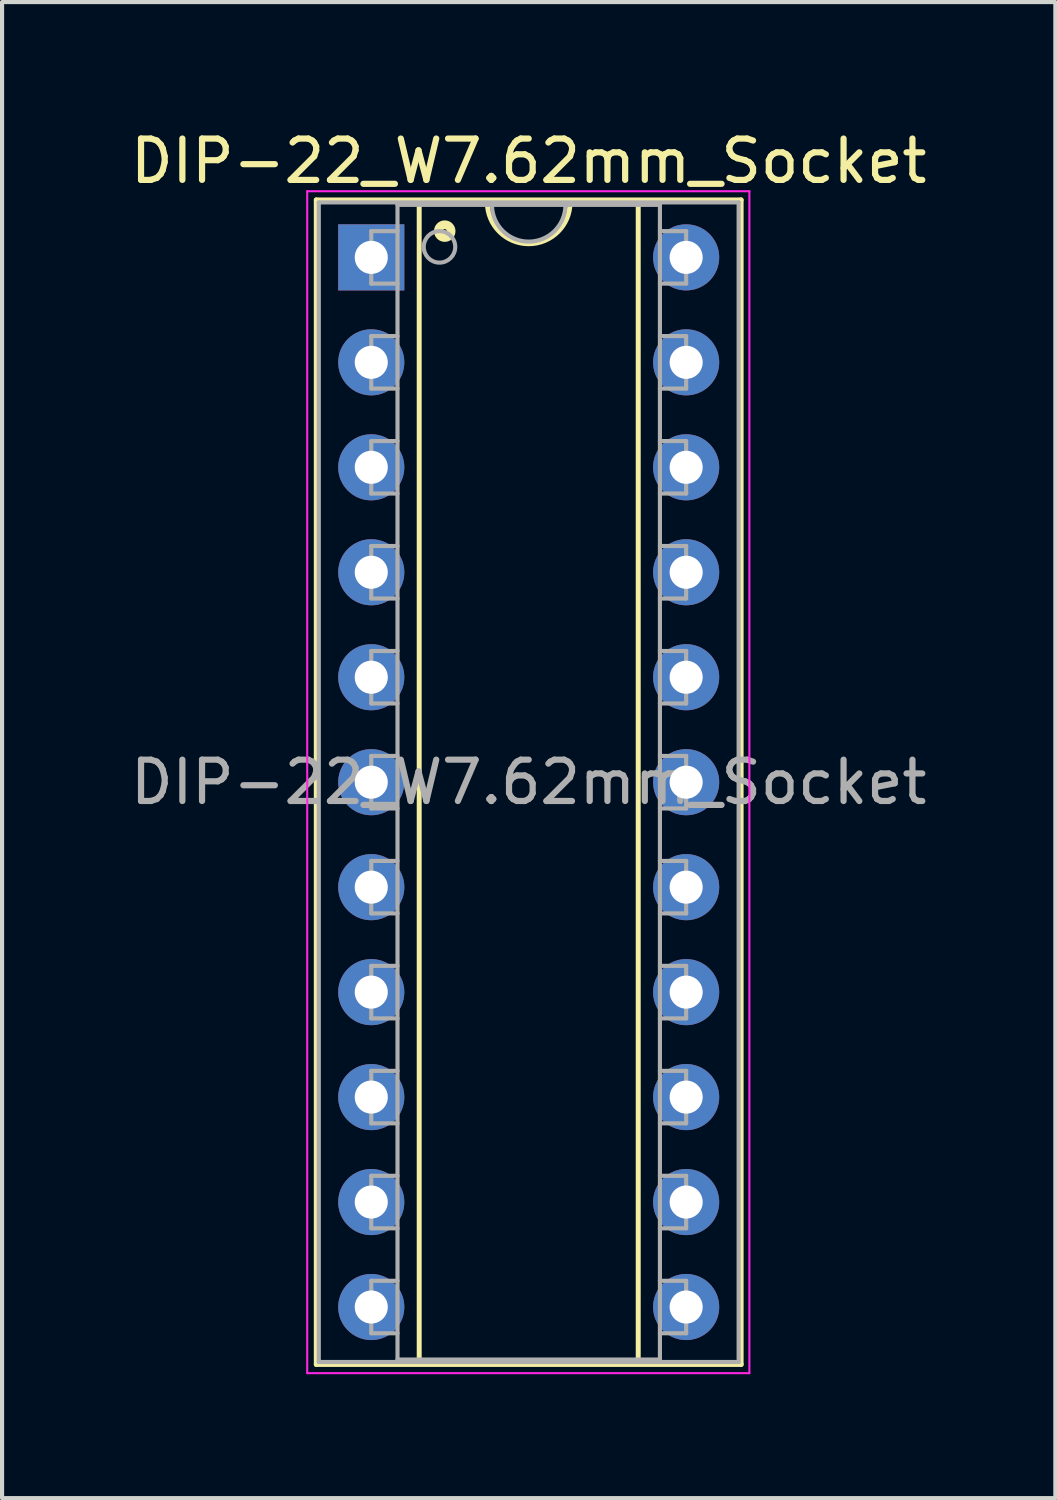
<source format=kicad_pcb>
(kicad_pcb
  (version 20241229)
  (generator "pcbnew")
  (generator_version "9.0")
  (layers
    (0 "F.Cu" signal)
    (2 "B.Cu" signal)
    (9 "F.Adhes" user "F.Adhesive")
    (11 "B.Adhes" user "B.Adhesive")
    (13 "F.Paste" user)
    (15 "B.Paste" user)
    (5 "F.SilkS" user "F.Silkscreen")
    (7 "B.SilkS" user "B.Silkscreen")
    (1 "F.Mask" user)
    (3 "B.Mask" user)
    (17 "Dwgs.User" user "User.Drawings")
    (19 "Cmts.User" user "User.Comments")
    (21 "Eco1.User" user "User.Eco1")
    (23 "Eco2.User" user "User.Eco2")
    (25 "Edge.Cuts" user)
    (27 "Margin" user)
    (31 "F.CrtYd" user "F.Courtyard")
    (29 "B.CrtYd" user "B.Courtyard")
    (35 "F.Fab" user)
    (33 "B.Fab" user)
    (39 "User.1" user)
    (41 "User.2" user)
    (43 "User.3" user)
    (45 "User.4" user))
  (footprint "DIP-22_W7.62mm_Socket"
    (layer "F.Cu")
    (at 5.934 3.178)
    (property "Reference" "DIP-22_W7.62mm_Socket" (at 3.81 -2.33 0) (layer "F.SilkS") (effects (font (size 1 1) (thickness 0.15))))
    (attr through_hole)
    (fp_line (start -1.33 -1.39) (end -1.33 26.79) (stroke (width 0.12) (type solid)) (layer "F.SilkS"))
    (fp_line (start -1.33 26.79) (end 8.95 26.79) (stroke (width 0.12) (type solid)) (layer "F.SilkS"))
    (fp_line (start 1.16 -1.33) (end 1.16 26.73) (stroke (width 0.12) (type solid)) (layer "F.SilkS"))
    (fp_line (start 1.16 26.73) (end 6.46 26.73) (stroke (width 0.12) (type solid)) (layer "F.SilkS"))
    (fp_line (start 2.81 -1.33) (end 1.16 -1.33) (stroke (width 0.12) (type solid)) (layer "F.SilkS"))
    (fp_line (start 6.46 -1.33) (end 4.81 -1.33) (stroke (width 0.12) (type solid)) (layer "F.SilkS"))
    (fp_line (start 6.46 26.73) (end 6.46 -1.33) (stroke (width 0.12) (type solid)) (layer "F.SilkS"))
    (fp_line (start 8.95 -1.39) (end -1.33 -1.39) (stroke (width 0.12) (type solid)) (layer "F.SilkS"))
    (fp_line (start 8.95 26.79) (end 8.95 -1.39) (stroke (width 0.12) (type solid)) (layer "F.SilkS"))
    (fp_arc (start 4.81 -1.33) (mid 3.81 -0.33) (end 2.81 -1.33) (stroke (width 0.12) (type solid)) (layer "F.SilkS"))
    (fp_circle (center 1.778 -0.635) (end 1.828 -0.635) (stroke (width 0.12) (type solid)) (fill no) (layer "F.SilkS"))
    (fp_circle (center 1.778 -0.635) (end 1.903 -0.635) (stroke (width 0.12) (type solid)) (fill no) (layer "F.SilkS"))
    (fp_circle (center 1.778 -0.635) (end 1.978 -0.635) (stroke (width 0.12) (type solid)) (fill no) (layer "F.SilkS"))
    (fp_line (start -1.55 -1.6) (end -1.55 27) (stroke (width 0.05) (type solid)) (layer "F.CrtYd"))
    (fp_line (start -1.55 27) (end 9.15 27) (stroke (width 0.05) (type solid)) (layer "F.CrtYd"))
    (fp_line (start 9.15 -1.6) (end -1.55 -1.6) (stroke (width 0.05) (type solid)) (layer "F.CrtYd"))
    (fp_line (start 9.15 27) (end 9.15 -1.6) (stroke (width 0.05) (type solid)) (layer "F.CrtYd"))
    (fp_line (start -1.27 -1.33) (end -1.27 26.73) (stroke (width 0.1) (type solid)) (layer "F.Fab"))
    (fp_line (start -1.27 26.73) (end 8.89 26.73) (stroke (width 0.1) (type solid)) (layer "F.Fab"))
    (fp_line (start 0 -0.635) (end 0 0.635) (stroke (width 0.1) (type solid)) (layer "F.Fab"))
    (fp_line (start 0 -0.635) (end 0.635 -0.635) (stroke (width 0.1) (type solid)) (layer "F.Fab"))
    (fp_line (start 0 0.635) (end 0.635 0.635) (stroke (width 0.1) (type solid)) (layer "F.Fab"))
    (fp_line (start 0 1.905) (end 0 3.175) (stroke (width 0.1) (type solid)) (layer "F.Fab"))
    (fp_line (start 0 1.905) (end 0.635 1.905) (stroke (width 0.1) (type solid)) (layer "F.Fab"))
    (fp_line (start 0 3.175) (end 0.635 3.175) (stroke (width 0.1) (type solid)) (layer "F.Fab"))
    (fp_line (start 0 4.445) (end 0 5.715) (stroke (width 0.1) (type solid)) (layer "F.Fab"))
    (fp_line (start 0 4.445) (end 0.635 4.445) (stroke (width 0.1) (type solid)) (layer "F.Fab"))
    (fp_line (start 0 5.715) (end 0.635 5.715) (stroke (width 0.1) (type solid)) (layer "F.Fab"))
    (fp_line (start 0 6.985) (end 0 8.255) (stroke (width 0.1) (type solid)) (layer "F.Fab"))
    (fp_line (start 0 6.985) (end 0.635 6.985) (stroke (width 0.1) (type solid)) (layer "F.Fab"))
    (fp_line (start 0 8.255) (end 0.635 8.255) (stroke (width 0.1) (type solid)) (layer "F.Fab"))
    (fp_line (start 0 9.525) (end 0 10.795) (stroke (width 0.1) (type solid)) (layer "F.Fab"))
    (fp_line (start 0 9.525) (end 0.635 9.525) (stroke (width 0.1) (type solid)) (layer "F.Fab"))
    (fp_line (start 0 10.795) (end 0.635 10.795) (stroke (width 0.1) (type solid)) (layer "F.Fab"))
    (fp_line (start 0 12.065) (end 0 13.335) (stroke (width 0.1) (type solid)) (layer "F.Fab"))
    (fp_line (start 0 12.065) (end 0.635 12.065) (stroke (width 0.1) (type solid)) (layer "F.Fab"))
    (fp_line (start 0 13.335) (end 0.635 13.335) (stroke (width 0.1) (type solid)) (layer "F.Fab"))
    (fp_line (start 0 14.605) (end 0 15.875) (stroke (width 0.1) (type solid)) (layer "F.Fab"))
    (fp_line (start 0 14.605) (end 0.635 14.605) (stroke (width 0.1) (type solid)) (layer "F.Fab"))
    (fp_line (start 0 15.875) (end 0.635 15.875) (stroke (width 0.1) (type solid)) (layer "F.Fab"))
    (fp_line (start 0 17.145) (end 0 18.415) (stroke (width 0.1) (type solid)) (layer "F.Fab"))
    (fp_line (start 0 17.145) (end 0.635 17.145) (stroke (width 0.1) (type solid)) (layer "F.Fab"))
    (fp_line (start 0 18.415) (end 0.635 18.415) (stroke (width 0.1) (type solid)) (layer "F.Fab"))
    (fp_line (start 0 19.685) (end 0 20.955) (stroke (width 0.1) (type solid)) (layer "F.Fab"))
    (fp_line (start 0 19.685) (end 0.635 19.685) (stroke (width 0.1) (type solid)) (layer "F.Fab"))
    (fp_line (start 0 20.955) (end 0.635 20.955) (stroke (width 0.1) (type solid)) (layer "F.Fab"))
    (fp_line (start 0 22.225) (end 0 23.495) (stroke (width 0.1) (type solid)) (layer "F.Fab"))
    (fp_line (start 0 22.225) (end 0.635 22.225) (stroke (width 0.1) (type solid)) (layer "F.Fab"))
    (fp_line (start 0 23.495) (end 0.635 23.495) (stroke (width 0.1) (type solid)) (layer "F.Fab"))
    (fp_line (start 0 24.765) (end 0 26.035) (stroke (width 0.1) (type solid)) (layer "F.Fab"))
    (fp_line (start 0 24.765) (end 0.635 24.765) (stroke (width 0.1) (type solid)) (layer "F.Fab"))
    (fp_line (start 0 26.035) (end 0.635 26.035) (stroke (width 0.1) (type solid)) (layer "F.Fab"))
    (fp_line (start 0.635 -1.27) (end 6.985 -1.27) (stroke (width 0.1) (type solid)) (layer "F.Fab"))
    (fp_line (start 0.635 26.67) (end 0.635 -1.27) (stroke (width 0.1) (type solid)) (layer "F.Fab"))
    (fp_line (start 6.985 -1.27) (end 6.985 26.67) (stroke (width 0.1) (type solid)) (layer "F.Fab"))
    (fp_line (start 6.985 26.67) (end 0.635 26.67) (stroke (width 0.1) (type solid)) (layer "F.Fab"))
    (fp_line (start 7.62 -0.635) (end 6.985 -0.635) (stroke (width 0.1) (type solid)) (layer "F.Fab"))
    (fp_line (start 7.62 0.635) (end 6.985 0.635) (stroke (width 0.1) (type solid)) (layer "F.Fab"))
    (fp_line (start 7.62 0.635) (end 7.62 -0.635) (stroke (width 0.1) (type solid)) (layer "F.Fab"))
    (fp_line (start 7.62 1.905) (end 6.985 1.905) (stroke (width 0.1) (type solid)) (layer "F.Fab"))
    (fp_line (start 7.62 3.175) (end 6.985 3.175) (stroke (width 0.1) (type solid)) (layer "F.Fab"))
    (fp_line (start 7.62 3.175) (end 7.62 1.905) (stroke (width 0.1) (type solid)) (layer "F.Fab"))
    (fp_line (start 7.62 4.445) (end 6.985 4.445) (stroke (width 0.1) (type solid)) (layer "F.Fab"))
    (fp_line (start 7.62 5.715) (end 6.985 5.715) (stroke (width 0.1) (type solid)) (layer "F.Fab"))
    (fp_line (start 7.62 5.715) (end 7.62 4.445) (stroke (width 0.1) (type solid)) (layer "F.Fab"))
    (fp_line (start 7.62 6.985) (end 6.985 6.985) (stroke (width 0.1) (type solid)) (layer "F.Fab"))
    (fp_line (start 7.62 8.255) (end 6.985 8.255) (stroke (width 0.1) (type solid)) (layer "F.Fab"))
    (fp_line (start 7.62 8.255) (end 7.62 6.985) (stroke (width 0.1) (type solid)) (layer "F.Fab"))
    (fp_line (start 7.62 9.525) (end 6.985 9.525) (stroke (width 0.1) (type solid)) (layer "F.Fab"))
    (fp_line (start 7.62 10.795) (end 6.985 10.795) (stroke (width 0.1) (type solid)) (layer "F.Fab"))
    (fp_line (start 7.62 10.795) (end 7.62 9.525) (stroke (width 0.1) (type solid)) (layer "F.Fab"))
    (fp_line (start 7.62 12.065) (end 6.985 12.065) (stroke (width 0.1) (type solid)) (layer "F.Fab"))
    (fp_line (start 7.62 13.335) (end 6.985 13.335) (stroke (width 0.1) (type solid)) (layer "F.Fab"))
    (fp_line (start 7.62 13.335) (end 7.62 12.065) (stroke (width 0.1) (type solid)) (layer "F.Fab"))
    (fp_line (start 7.62 14.605) (end 6.985 14.605) (stroke (width 0.1) (type solid)) (layer "F.Fab"))
    (fp_line (start 7.62 15.875) (end 6.985 15.875) (stroke (width 0.1) (type solid)) (layer "F.Fab"))
    (fp_line (start 7.62 15.875) (end 7.62 14.605) (stroke (width 0.1) (type solid)) (layer "F.Fab"))
    (fp_line (start 7.62 17.145) (end 6.985 17.145) (stroke (width 0.1) (type solid)) (layer "F.Fab"))
    (fp_line (start 7.62 18.415) (end 6.985 18.415) (stroke (width 0.1) (type solid)) (layer "F.Fab"))
    (fp_line (start 7.62 18.415) (end 7.62 17.145) (stroke (width 0.1) (type solid)) (layer "F.Fab"))
    (fp_line (start 7.62 19.685) (end 6.985 19.685) (stroke (width 0.1) (type solid)) (layer "F.Fab"))
    (fp_line (start 7.62 20.955) (end 6.985 20.955) (stroke (width 0.1) (type solid)) (layer "F.Fab"))
    (fp_line (start 7.62 20.955) (end 7.62 19.685) (stroke (width 0.1) (type solid)) (layer "F.Fab"))
    (fp_line (start 7.62 22.225) (end 6.985 22.225) (stroke (width 0.1) (type solid)) (layer "F.Fab"))
    (fp_line (start 7.62 23.495) (end 6.985 23.495) (stroke (width 0.1) (type solid)) (layer "F.Fab"))
    (fp_line (start 7.62 23.495) (end 7.62 22.225) (stroke (width 0.1) (type solid)) (layer "F.Fab"))
    (fp_line (start 7.62 24.765) (end 6.985 24.765) (stroke (width 0.1) (type solid)) (layer "F.Fab"))
    (fp_line (start 7.62 26.035) (end 6.985 26.035) (stroke (width 0.1) (type solid)) (layer "F.Fab"))
    (fp_line (start 7.62 26.035) (end 7.62 24.765) (stroke (width 0.1) (type solid)) (layer "F.Fab"))
    (fp_line (start 8.89 -1.33) (end -1.27 -1.33) (stroke (width 0.1) (type solid)) (layer "F.Fab"))
    (fp_line (start 8.89 26.73) (end 8.89 -1.33) (stroke (width 0.1) (type solid)) (layer "F.Fab"))
    (fp_arc (start 4.699 -1.27) (mid 3.81 -0.381) (end 2.921 -1.27) (stroke (width 0.1) (type solid)) (layer "F.Fab"))
    (fp_circle (center 1.651 -0.254) (end 2.032 -0.254) (stroke (width 0.1) (type solid)) (fill no) (layer "F.Fab"))
    (fp_text user "${REFERENCE}" (at 3.81 12.7 0) (layer "F.Fab") (effects (font (size 1 1) (thickness 0.15))))
    (pad "1" thru_hole rect (at 0 0) (size 1.6 1.6) (drill 0.8) (layers "*.Cu" "*.Mask"))
    (pad "2" thru_hole oval (at 0 2.54) (size 1.6 1.6) (drill 0.8) (layers "*.Cu" "*.Mask"))
    (pad "3" thru_hole oval (at 0 5.08) (size 1.6 1.6) (drill 0.8) (layers "*.Cu" "*.Mask"))
    (pad "4" thru_hole oval (at 0 7.62) (size 1.6 1.6) (drill 0.8) (layers "*.Cu" "*.Mask"))
    (pad "5" thru_hole oval (at 0 10.16) (size 1.6 1.6) (drill 0.8) (layers "*.Cu" "*.Mask"))
    (pad "6" thru_hole oval (at 0 12.7) (size 1.6 1.6) (drill 0.8) (layers "*.Cu" "*.Mask"))
    (pad "7" thru_hole oval (at 0 15.24) (size 1.6 1.6) (drill 0.8) (layers "*.Cu" "*.Mask"))
    (pad "8" thru_hole oval (at 0 17.78) (size 1.6 1.6) (drill 0.8) (layers "*.Cu" "*.Mask"))
    (pad "9" thru_hole oval (at 0 20.32) (size 1.6 1.6) (drill 0.8) (layers "*.Cu" "*.Mask"))
    (pad "10" thru_hole oval (at 0 22.86) (size 1.6 1.6) (drill 0.8) (layers "*.Cu" "*.Mask"))
    (pad "11" thru_hole oval (at 0 25.4) (size 1.6 1.6) (drill 0.8) (layers "*.Cu" "*.Mask"))
    (pad "12" thru_hole oval (at 7.62 25.4) (size 1.6 1.6) (drill 0.8) (layers "*.Cu" "*.Mask"))
    (pad "13" thru_hole oval (at 7.62 22.86) (size 1.6 1.6) (drill 0.8) (layers "*.Cu" "*.Mask"))
    (pad "14" thru_hole oval (at 7.62 20.32) (size 1.6 1.6) (drill 0.8) (layers "*.Cu" "*.Mask"))
    (pad "15" thru_hole oval (at 7.62 17.78) (size 1.6 1.6) (drill 0.8) (layers "*.Cu" "*.Mask"))
    (pad "16" thru_hole oval (at 7.62 15.24) (size 1.6 1.6) (drill 0.8) (layers "*.Cu" "*.Mask"))
    (pad "17" thru_hole oval (at 7.62 12.7) (size 1.6 1.6) (drill 0.8) (layers "*.Cu" "*.Mask"))
    (pad "18" thru_hole oval (at 7.62 10.16) (size 1.6 1.6) (drill 0.8) (layers "*.Cu" "*.Mask"))
    (pad "19" thru_hole oval (at 7.62 7.62) (size 1.6 1.6) (drill 0.8) (layers "*.Cu" "*.Mask"))
    (pad "20" thru_hole oval (at 7.62 5.08) (size 1.6 1.6) (drill 0.8) (layers "*.Cu" "*.Mask"))
    (pad "21" thru_hole oval (at 7.62 2.54) (size 1.6 1.6) (drill 0.8) (layers "*.Cu" "*.Mask"))
    (pad "22" thru_hole oval (at 7.62 0) (size 1.6 1.6) (drill 0.8) (layers "*.Cu" "*.Mask")))
  (gr_rect
    (start -3 -3)
    (end 22.488 33.203)
    (stroke (width 0.1) (type default))
    (fill no)
    (layer "Edge.Cuts")))
</source>
